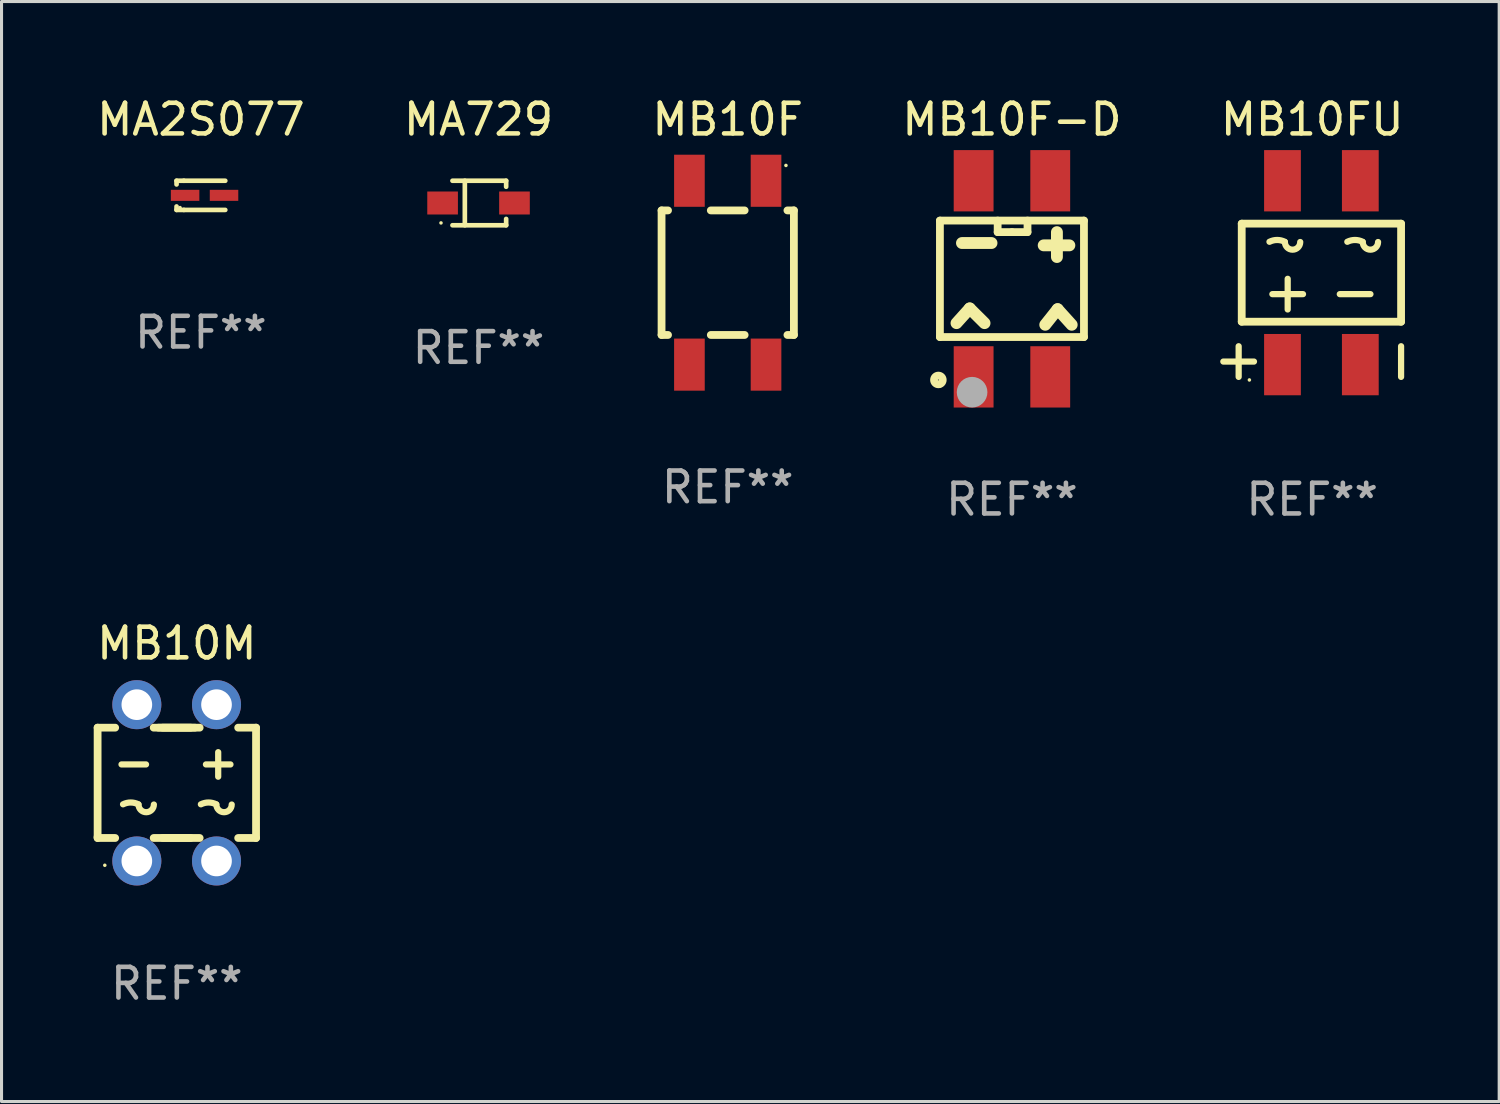
<source format=kicad_pcb>
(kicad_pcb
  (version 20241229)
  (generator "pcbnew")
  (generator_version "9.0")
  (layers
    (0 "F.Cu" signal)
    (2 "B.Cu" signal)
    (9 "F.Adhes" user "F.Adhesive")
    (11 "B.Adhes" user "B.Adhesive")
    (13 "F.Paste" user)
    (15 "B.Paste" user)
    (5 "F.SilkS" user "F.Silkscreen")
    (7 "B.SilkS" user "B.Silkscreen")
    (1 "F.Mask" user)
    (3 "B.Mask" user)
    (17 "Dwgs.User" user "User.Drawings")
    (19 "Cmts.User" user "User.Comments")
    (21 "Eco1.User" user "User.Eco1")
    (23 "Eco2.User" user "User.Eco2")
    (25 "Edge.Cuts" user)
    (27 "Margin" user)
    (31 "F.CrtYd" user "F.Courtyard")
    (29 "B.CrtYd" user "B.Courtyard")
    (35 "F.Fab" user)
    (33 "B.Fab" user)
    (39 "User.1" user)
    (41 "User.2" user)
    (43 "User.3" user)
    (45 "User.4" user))
  (footprint "MA2S077"
    (layer "F.Cu")
    (at 3.506 3.324)
    (property "Reference" "MA2S077" (at 0 -2.476 0) (layer "F.SilkS") (effects (font (size 1 1) (thickness 0.15))))
    (attr through_hole)
    (fp_line (start -0.795 -0.476) (end -0.795 -0.356) (stroke (width 0.152) (type solid)) (layer "F.SilkS"))
    (fp_line (start -0.795 0.363) (end -0.795 0.476) (stroke (width 0.152) (type solid)) (layer "F.SilkS"))
    (fp_line (start -0.795 0.476) (end -0.557 0.476) (stroke (width 0.152) (type solid)) (layer "F.SilkS"))
    (fp_line (start -0.557 -0.476) (end -0.795 -0.476) (stroke (width 0.152) (type solid)) (layer "F.SilkS"))
    (fp_line (start -0.557 -0.476) (end 0.795 -0.476) (stroke (width 0.152) (type solid)) (layer "F.SilkS"))
    (fp_line (start -0.557 0.476) (end 0.795 0.476) (stroke (width 0.152) (type solid)) (layer "F.SilkS"))
    (fp_circle (center -0.681 0.4) (end -0.651 0.4) (stroke (width 0.06) (type solid)) (fill no) (layer "F.SilkS"))
    (fp_text user "REF**" (at 0 4.476 0) (layer "F.Fab") (effects (font (size 1 1) (thickness 0.15))))
    (pad "1" smd rect (at -0.516 0 180) (size 0.93 0.36) (layers "F.Cu" "F.Mask" "F.Paste"))
    (pad "2" smd rect (at 0.754 0 180) (size 0.93 0.36) (layers "F.Cu" "F.Mask" "F.Paste")))
  (footprint "MB10F-D"
    (layer "F.Cu")
    (at 29.97 6.048)
    (property "Reference" "MB10F-D" (at 0 -5.2 0) (layer "F.SilkS") (effects (font (size 1 1) (thickness 0.15))))
    (attr through_hole)
    (fp_line (start -2.35 -1.9) (end -2.35 1.9) (stroke (width 0.254) (type solid)) (layer "F.SilkS"))
    (fp_line (start -2.35 -1.9) (end 2.35 -1.9) (stroke (width 0.254) (type solid)) (layer "F.SilkS"))
    (fp_line (start -1.809 1.446) (end -1.377 0.966) (stroke (width 0.387) (type solid)) (layer "F.SilkS"))
    (fp_line (start -1.631 -1.168) (end -0.666 -1.168) (stroke (width 0.387) (type solid)) (layer "F.SilkS"))
    (fp_line (start -1.377 0.966) (end -0.894 1.446) (stroke (width 0.387) (type solid)) (layer "F.SilkS"))
    (fp_line (start -0.466 -1.9) (end -0.466 -1.524) (stroke (width 0.254) (type solid)) (layer "F.SilkS"))
    (fp_line (start -0.466 -1.524) (end 0 -1.524) (stroke (width 0.254) (type solid)) (layer "F.SilkS"))
    (fp_line (start 0 -1.524) (end 0.508 -1.524) (stroke (width 0.254) (type solid)) (layer "F.SilkS"))
    (fp_line (start 0.508 -1.524) (end 0.508 -1.9) (stroke (width 0.254) (type solid)) (layer "F.SilkS"))
    (fp_line (start 1.036 -1.092) (end 1.874 -1.092) (stroke (width 0.387) (type solid)) (layer "F.SilkS"))
    (fp_line (start 1.087 1.499) (end 1.491 0.991) (stroke (width 0.387) (type solid)) (layer "F.SilkS"))
    (fp_line (start 1.468 -1.523) (end 1.468 -0.711) (stroke (width 0.387) (type solid)) (layer "F.SilkS"))
    (fp_line (start 1.491 0.991) (end 1.95 1.499) (stroke (width 0.387) (type solid)) (layer "F.SilkS"))
    (fp_line (start 2.35 -1.9) (end 2.35 1.9) (stroke (width 0.254) (type solid)) (layer "F.SilkS"))
    (fp_line (start 2.35 1.9) (end -2.35 1.9) (stroke (width 0.254) (type solid)) (layer "F.SilkS"))
    (fp_circle (center -2.4 3.3) (end -2.258 3.3) (stroke (width 0.254) (type solid)) (fill no) (layer "F.SilkS"))
    (fp_circle (center -2.35 3.5) (end -2.32 3.5) (stroke (width 0.06) (type solid)) (fill no) (layer "F.SilkS"))
    (fp_circle (center -1.3 3.7) (end -1.05 3.7) (stroke (width 0.5) (type solid)) (fill no) (layer "F.Fab"))
    (fp_text user "REF**" (at 0 7.2 0) (layer "F.Fab") (effects (font (size 1 1) (thickness 0.15))))
    (pad "1" smd rect (at -1.25 3.2) (size 1.3 2) (layers "F.Cu" "F.Mask" "F.Paste"))
    (pad "2" smd rect (at 1.25 3.2) (size 1.3 2) (layers "F.Cu" "F.Mask" "F.Paste"))
    (pad "3" smd rect (at 1.25 -3.2) (size 1.3 2) (layers "F.Cu" "F.Mask" "F.Paste"))
    (pad "4" smd rect (at -1.25 -3.2) (size 1.3 2) (layers "F.Cu" "F.Mask" "F.Paste")))
  (footprint "MB10FU"
    (layer "F.Cu")
    (at 39.768 6.048)
    (property "Reference" "MB10FU" (at 0 -5.2 0) (layer "F.SilkS") (effects (font (size 1 1) (thickness 0.15))))
    (attr through_hole)
    (fp_line (start -2.4 2.2) (end -2.4 3.2) (stroke (width 0.203) (type solid)) (layer "F.SilkS"))
    (fp_line (start -2.3 -1.8) (end -2.3 1.4) (stroke (width 0.254) (type solid)) (layer "F.SilkS"))
    (fp_line (start -2.3 1.4) (end 2.9 1.4) (stroke (width 0.254) (type solid)) (layer "F.SilkS"))
    (fp_line (start -1.9 2.7) (end -2.9 2.7) (stroke (width 0.203) (type solid)) (layer "F.SilkS"))
    (fp_line (start -0.8 -0.000254) (end -0.8 1) (stroke (width 0.203) (type solid)) (layer "F.SilkS"))
    (fp_line (start -0.3 0.5) (end -1.3 0.5) (stroke (width 0.203) (type solid)) (layer "F.SilkS"))
    (fp_line (start 1.9 0.5) (end 0.9 0.5) (stroke (width 0.203) (type solid)) (layer "F.SilkS"))
    (fp_line (start 2.9 -1.8) (end -2.3 -1.8) (stroke (width 0.254) (type solid)) (layer "F.SilkS"))
    (fp_line (start 2.9 1.4) (end 2.9 -1.8) (stroke (width 0.254) (type solid)) (layer "F.SilkS"))
    (fp_line (start 2.9 2.2) (end 2.9 3.2) (stroke (width 0.203) (type solid)) (layer "F.SilkS"))
    (fp_arc (start -1.394209 -1.208534) (mid -1.144019 -1.267616) (end -0.893828 -1.208535) (stroke (width 0.2032) (type solid)) (layer "F.SilkS"))
    (fp_arc (start -0.390907 -1.200914) (mid -0.641097 -0.950915) (end -0.891287 -1.200915) (stroke (width 0.2032) (type solid)) (layer "F.SilkS"))
    (fp_arc (start 1.145796 -1.208534) (mid 1.395986 -1.267616) (end 1.646177 -1.208535) (stroke (width 0.2032) (type solid)) (layer "F.SilkS"))
    (fp_arc (start 2.149098 -1.200914) (mid 1.898908 -0.950915) (end 1.648718 -1.200915) (stroke (width 0.2032) (type solid)) (layer "F.SilkS"))
    (fp_circle (center -2.05 3.3) (end -2.02 3.3) (stroke (width 0.06) (type solid)) (fill no) (layer "F.SilkS"))
    (fp_text user "REF**" (at 0 7.2 0) (layer "F.Fab") (effects (font (size 1 1) (thickness 0.15))))
    (pad "1" smd rect (at -0.97 2.8 90) (size 2 1.2) (layers "F.Cu" "F.Mask" "F.Paste"))
    (pad "2" smd rect (at 1.57 2.8 90) (size 2 1.2) (layers "F.Cu" "F.Mask" "F.Paste"))
    (pad "3" smd rect (at 1.57 -3.2 90) (size 2 1.2) (layers "F.Cu" "F.Mask" "F.Paste"))
    (pad "4" smd rect (at -0.97 -3.2 90) (size 2 1.2) (layers "F.Cu" "F.Mask" "F.Paste")))
  (footprint "MB10F"
    (layer "F.Cu")
    (at 20.696 5.848)
    (property "Reference" "MB10F" (at 0 -5 0) (layer "F.SilkS") (effects (font (size 1 1) (thickness 0.15))))
    (attr through_hole)
    (fp_line (start -2.159 -2.032) (end -2.159 2.032) (stroke (width 0.254) (type solid)) (layer "F.SilkS"))
    (fp_line (start -2.159 2.032) (end -1.948 2.032) (stroke (width 0.254) (type solid)) (layer "F.SilkS"))
    (fp_line (start -1.948 -2.032) (end -2.159 -2.032) (stroke (width 0.254) (type solid)) (layer "F.SilkS"))
    (fp_line (start -0.552 2.032) (end 0.552 2.032) (stroke (width 0.254) (type solid)) (layer "F.SilkS"))
    (fp_line (start 0.552 -2.032) (end -0.552 -2.032) (stroke (width 0.254) (type solid)) (layer "F.SilkS"))
    (fp_line (start 1.948 2.032) (end 2.159 2.032) (stroke (width 0.254) (type solid)) (layer "F.SilkS"))
    (fp_line (start 2.159 -2.032) (end 1.948 -2.032) (stroke (width 0.254) (type solid)) (layer "F.SilkS"))
    (fp_line (start 2.159 2.032) (end 2.159 -2.032) (stroke (width 0.254) (type solid)) (layer "F.SilkS"))
    (fp_circle (center 1.9 -3.5) (end 1.93 -3.5) (stroke (width 0.06) (type solid)) (fill no) (layer "F.SilkS"))
    (fp_text user "REF**" (at 0 7 0) (layer "F.Fab") (effects (font (size 1 1) (thickness 0.15))))
    (pad "1" smd rect (at 1.25 -3) (size 1 1.7) (layers "F.Cu" "F.Mask" "F.Paste"))
    (pad "2" smd rect (at -1.25 -3) (size 1 1.7) (layers "F.Cu" "F.Mask" "F.Paste"))
    (pad "3" smd rect (at -1.25 3 180) (size 1 1.7) (layers "F.Cu" "F.Mask" "F.Paste"))
    (pad "4" smd rect (at 1.25 3 180) (size 1 1.7) (layers "F.Cu" "F.Mask" "F.Paste")))
  (footprint "MB10M"
    (layer "F.Cu")
    (at 2.72 22.494)
    (property "Reference" "MB10M" (at 0 -4.55 0) (layer "F.SilkS") (effects (font (size 1 1) (thickness 0.15))))
    (attr through_hole)
    (fp_line (start -2.585 -1.8) (end -2.585 1.76) (stroke (width 0.254) (type solid)) (layer "F.SilkS"))
    (fp_line (start -2.585 1.76) (end -2.585 1.8) (stroke (width 0.254) (type solid)) (layer "F.SilkS"))
    (fp_line (start -2.585 1.8) (end -2.012 1.8) (stroke (width 0.254) (type solid)) (layer "F.SilkS"))
    (fp_line (start -2.012 -1.8) (end -2.585 -1.8) (stroke (width 0.254) (type solid)) (layer "F.SilkS"))
    (fp_line (start -1.805 -0.6) (end -1.005 -0.6) (stroke (width 0.203) (type solid)) (layer "F.SilkS"))
    (fp_line (start -0.459 -1.8) (end 0.449 -1.8) (stroke (width 0.254) (type solid)) (layer "F.SilkS"))
    (fp_line (start -0.459 1.8) (end 0.449 1.8) (stroke (width 0.254) (type solid)) (layer "F.SilkS"))
    (fp_line (start 0.588 -1.8) (end -0.598 -1.8) (stroke (width 0.254) (type solid)) (layer "F.SilkS"))
    (fp_line (start 0.745 -1.8) (end -0.755 -1.8) (stroke (width 0.254) (type solid)) (layer "F.SilkS"))
    (fp_line (start 0.745 1.8) (end -0.755 1.8) (stroke (width 0.254) (type solid)) (layer "F.SilkS"))
    (fp_line (start 0.95 -0.6) (end 1.75 -0.6) (stroke (width 0.203) (type solid)) (layer "F.SilkS"))
    (fp_line (start 1.35 -0.2) (end 1.35 -1) (stroke (width 0.203) (type solid)) (layer "F.SilkS"))
    (fp_line (start 2.002 1.8) (end 2.585 1.8) (stroke (width 0.254) (type solid)) (layer "F.SilkS"))
    (fp_line (start 2.585 -1.8) (end 2.002 -1.8) (stroke (width 0.254) (type solid)) (layer "F.SilkS"))
    (fp_line (start 2.585 1.8) (end 2.585 -1.8) (stroke (width 0.254) (type solid)) (layer "F.SilkS"))
    (fp_arc (start -1.755055 0.701041) (mid -1.504864 0.641959) (end -1.254673 0.701041) (stroke (width 0.2032) (type solid)) (layer "F.SilkS"))
    (fp_arc (start -0.749213 0.708661) (mid -0.999403 0.958661) (end -1.249593 0.708662) (stroke (width 0.2032) (type solid)) (layer "F.SilkS"))
    (fp_arc (start 0.78495 0.701041) (mid 1.035141 0.641959) (end 1.285332 0.701041) (stroke (width 0.2032) (type solid)) (layer "F.SilkS"))
    (fp_arc (start 1.790792 0.708661) (mid 1.540602 0.958661) (end 1.290412 0.708662) (stroke (width 0.2032) (type solid)) (layer "F.SilkS"))
    (fp_circle (center -2.35 2.69) (end -2.32 2.69) (stroke (width 0.06) (type solid)) (fill no) (layer "F.SilkS"))
    (fp_text user "REF**" (at 0 6.55 0) (layer "F.Fab") (effects (font (size 1 1) (thickness 0.15))))
    (pad "1" thru_hole circle (at -1.305 2.55) (size 1.6 1.6) (drill 1) (layers "*.Cu" "*.Mask"))
    (pad "2" thru_hole circle (at 1.295 2.55) (size 1.6 1.6) (drill 1) (layers "*.Cu" "*.Mask"))
    (pad "3" thru_hole circle (at 1.295 -2.55) (size 1.6 1.6) (drill 1) (layers "*.Cu" "*.Mask"))
    (pad "4" thru_hole circle (at -1.305 -2.55) (size 1.6 1.6) (drill 1) (layers "*.Cu" "*.Mask")))
  (footprint "MA729"
    (layer "F.Cu")
    (at 12.565 3.574)
    (property "Reference" "MA729" (at 0 -2.726 0) (layer "F.SilkS") (effects (font (size 1 1) (thickness 0.15))))
    (attr through_hole)
    (fp_line (start -0.851 -0.726) (end 0.901 -0.726) (stroke (width 0.152) (type solid)) (layer "F.SilkS"))
    (fp_line (start -0.851 0.726) (end 0.901 0.726) (stroke (width 0.152) (type solid)) (layer "F.SilkS"))
    (fp_line (start -0.447 -0.726) (end -0.447 0.726) (stroke (width 0.152) (type solid)) (layer "F.SilkS"))
    (fp_line (start 0.901 -0.726) (end 0.901 -0.53) (stroke (width 0.152) (type solid)) (layer "F.SilkS"))
    (fp_line (start 0.901 0.726) (end 0.901 0.52) (stroke (width 0.152) (type solid)) (layer "F.SilkS"))
    (fp_circle (center -1.225 0.65) (end -1.195 0.65) (stroke (width 0.06) (type solid)) (fill no) (layer "F.SilkS"))
    (fp_text user "REF**" (at 0 4.726 0) (layer "F.Fab") (effects (font (size 1 1) (thickness 0.15))))
    (pad "1" smd rect (at -1.173 0) (size 1 0.75) (layers "F.Cu" "F.Mask" "F.Paste"))
    (pad "2" smd rect (at 1.173 0) (size 1 0.75) (layers "F.Cu" "F.Mask" "F.Paste")))
  (gr_rect
    (start -3 -3)
    (end 45.869 32.893)
    (stroke (width 0.1) (type default))
    (fill no)
    (layer "Edge.Cuts")))
</source>
